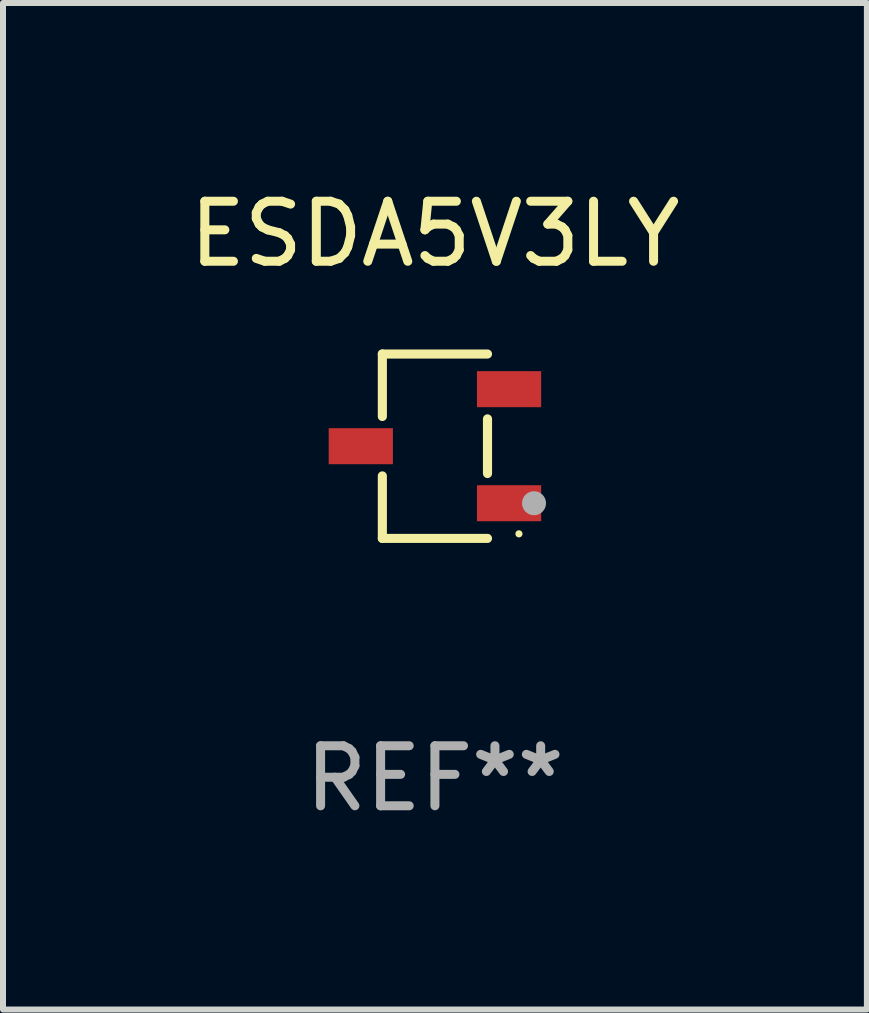
<source format=kicad_pcb>
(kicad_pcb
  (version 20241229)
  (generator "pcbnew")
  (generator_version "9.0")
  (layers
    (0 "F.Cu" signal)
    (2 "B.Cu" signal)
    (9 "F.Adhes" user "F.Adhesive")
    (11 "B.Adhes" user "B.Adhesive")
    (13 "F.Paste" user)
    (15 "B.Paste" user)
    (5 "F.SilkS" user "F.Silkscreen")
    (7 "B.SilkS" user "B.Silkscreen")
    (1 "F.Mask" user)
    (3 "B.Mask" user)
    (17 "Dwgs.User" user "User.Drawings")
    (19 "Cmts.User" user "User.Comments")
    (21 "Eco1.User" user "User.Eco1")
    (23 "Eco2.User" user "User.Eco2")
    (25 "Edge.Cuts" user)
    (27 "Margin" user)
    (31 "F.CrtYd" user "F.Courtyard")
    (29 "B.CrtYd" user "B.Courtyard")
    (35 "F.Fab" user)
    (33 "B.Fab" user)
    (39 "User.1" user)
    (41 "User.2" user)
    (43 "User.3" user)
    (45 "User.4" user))
  (footprint "ESDA5V3LY"
    (layer "F.Cu")
    (at 4.196 4.384)
    (property "Reference" "ESDA5V3LY" (at 0 -3.536 0) (layer "F.SilkS") (effects (font (size 1 1) (thickness 0.15))))
    (attr through_hole)
    (fp_line (start -0.876 -1.536) (end -0.876 -0.495) (stroke (width 0.152) (type solid)) (layer "F.SilkS"))
    (fp_line (start -0.876 1.536) (end -0.876 0.495) (stroke (width 0.152) (type solid)) (layer "F.SilkS"))
    (fp_line (start 0.876 -1.536) (end -0.876 -1.536) (stroke (width 0.152) (type solid)) (layer "F.SilkS"))
    (fp_line (start 0.876 -0.455) (end 0.876 0.455) (stroke (width 0.152) (type solid)) (layer "F.SilkS"))
    (fp_line (start 0.876 1.536) (end -0.876 1.536) (stroke (width 0.152) (type solid)) (layer "F.SilkS"))
    (fp_circle (center 1.4 1.46) (end 1.43 1.46) (stroke (width 0.06) (type solid)) (fill no) (layer "F.SilkS"))
    (fp_circle (center 1.651 0.95) (end 1.751 0.95) (stroke (width 0.2) (type solid)) (fill no) (layer "F.Fab"))
    (fp_text user "REF**" (at 0 5.536 0) (layer "F.Fab") (effects (font (size 1 1) (thickness 0.15))))
    (pad "1" smd rect (at 1.235 0.95) (size 1.07 0.6) (layers "F.Cu" "F.Mask" "F.Paste"))
    (pad "2" smd rect (at 1.235 -0.95) (size 1.07 0.6) (layers "F.Cu" "F.Mask" "F.Paste"))
    (pad "3" smd rect (at -1.235 0) (size 1.07 0.6) (layers "F.Cu" "F.Mask" "F.Paste")))
  (gr_rect
    (start -3 -3)
    (end 11.393 13.769)
    (stroke (width 0.1) (type default))
    (fill no)
    (layer "Edge.Cuts")))
</source>
